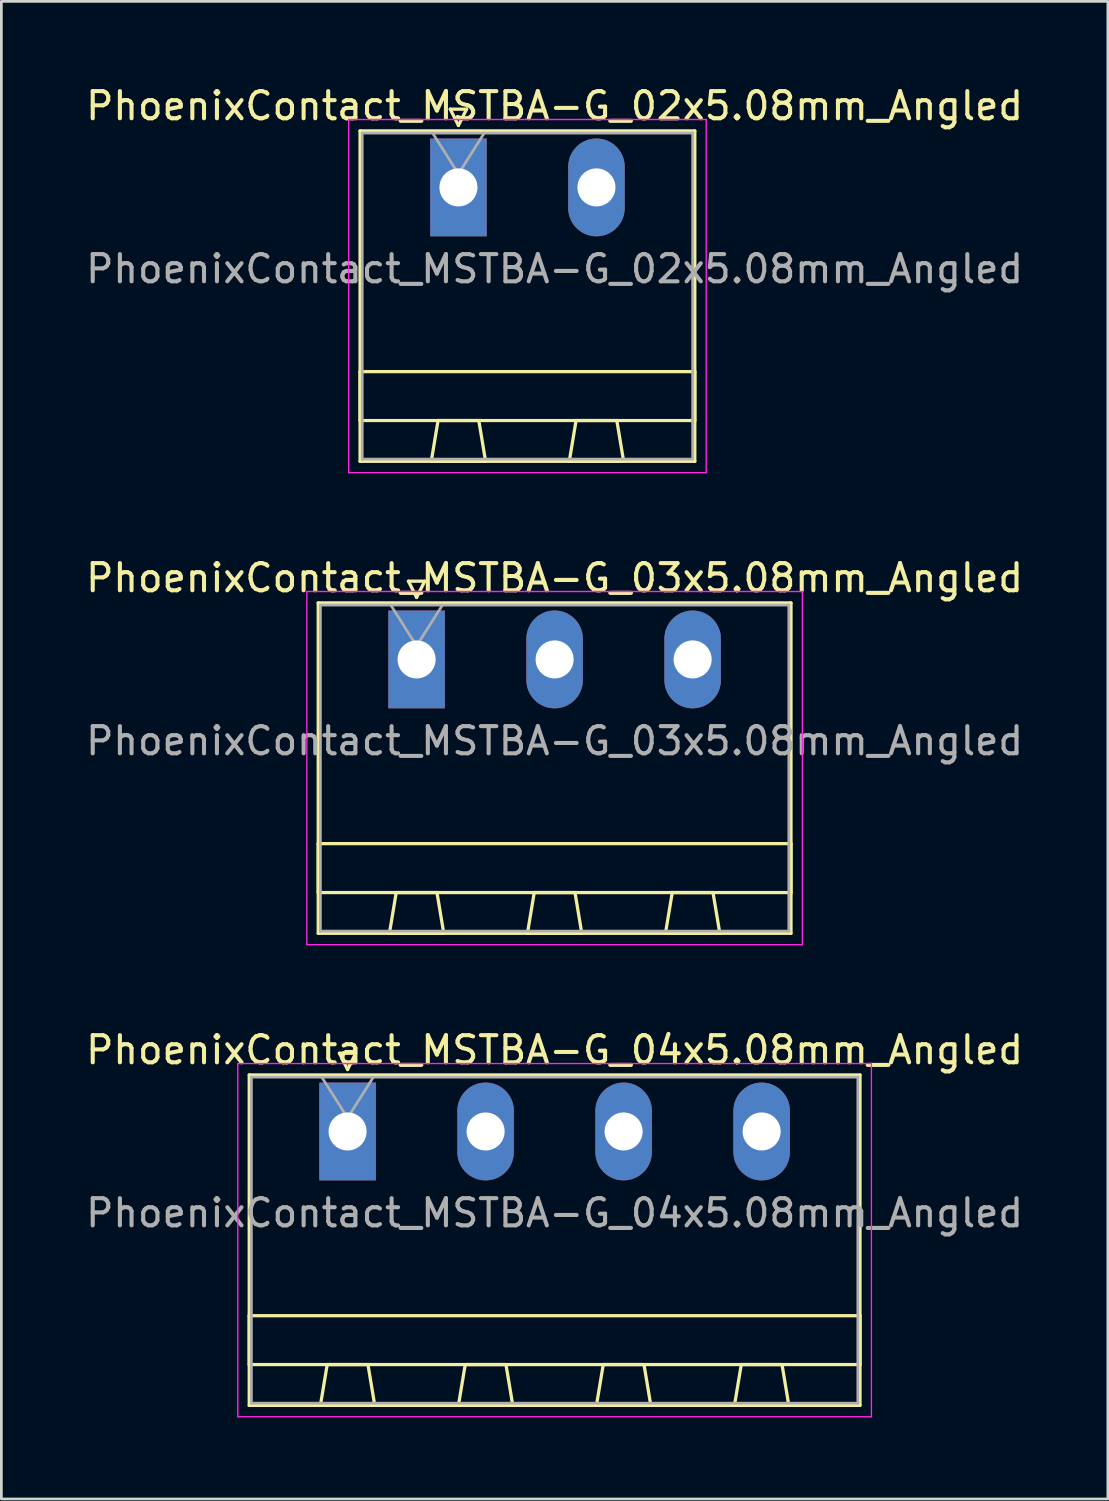
<source format=kicad_pcb>
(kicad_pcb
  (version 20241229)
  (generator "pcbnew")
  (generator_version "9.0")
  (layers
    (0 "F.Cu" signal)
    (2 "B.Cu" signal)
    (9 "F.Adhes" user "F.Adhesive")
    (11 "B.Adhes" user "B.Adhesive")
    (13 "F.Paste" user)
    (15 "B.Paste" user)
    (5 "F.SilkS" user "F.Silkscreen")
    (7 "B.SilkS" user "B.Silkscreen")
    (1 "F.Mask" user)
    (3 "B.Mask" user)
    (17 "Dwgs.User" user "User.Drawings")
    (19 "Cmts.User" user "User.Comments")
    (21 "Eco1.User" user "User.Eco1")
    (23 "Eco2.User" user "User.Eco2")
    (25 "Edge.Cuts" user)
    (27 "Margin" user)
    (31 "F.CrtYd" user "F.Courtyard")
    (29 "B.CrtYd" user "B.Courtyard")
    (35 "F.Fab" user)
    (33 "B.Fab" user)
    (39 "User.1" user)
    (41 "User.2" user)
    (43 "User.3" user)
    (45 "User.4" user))
  (footprint "PhoenixContact_MSTBA-G_02x5.08mm_Angled"
    (layer "F.Cu")
    (at 13.823 3.848)
    (property "Reference" "PhoenixContact_MSTBA-G_02x5.08mm_Angled" (at 3.54 -3 0) (layer "F.SilkS") (effects (font (size 1 1) (thickness 0.15))))
    (attr through_hole)
    (fp_line (start -3.62 -2.08) (end -3.62 10.08) (stroke (width 0.12) (type solid)) (layer "F.SilkS"))
    (fp_line (start -3.62 6.78) (end 8.7 6.78) (stroke (width 0.12) (type solid)) (layer "F.SilkS"))
    (fp_line (start -3.62 8.58) (end -3.62 6.78) (stroke (width 0.12) (type solid)) (layer "F.SilkS"))
    (fp_line (start -3.62 10.08) (end 8.7 10.08) (stroke (width 0.12) (type solid)) (layer "F.SilkS"))
    (fp_line (start -1 10.08) (end 1 10.08) (stroke (width 0.12) (type solid)) (layer "F.SilkS"))
    (fp_line (start -0.75 8.58) (end -1 10.08) (stroke (width 0.12) (type solid)) (layer "F.SilkS"))
    (fp_line (start -0.3 -2.88) (end 0.3 -2.88) (stroke (width 0.12) (type solid)) (layer "F.SilkS"))
    (fp_line (start 0 -2.28) (end -0.3 -2.88) (stroke (width 0.12) (type solid)) (layer "F.SilkS"))
    (fp_line (start 0.3 -2.88) (end 0 -2.28) (stroke (width 0.12) (type solid)) (layer "F.SilkS"))
    (fp_line (start 0.75 8.58) (end -0.75 8.58) (stroke (width 0.12) (type solid)) (layer "F.SilkS"))
    (fp_line (start 1 10.08) (end 0.75 8.58) (stroke (width 0.12) (type solid)) (layer "F.SilkS"))
    (fp_line (start 4.08 10.08) (end 6.08 10.08) (stroke (width 0.12) (type solid)) (layer "F.SilkS"))
    (fp_line (start 4.33 8.58) (end 4.08 10.08) (stroke (width 0.12) (type solid)) (layer "F.SilkS"))
    (fp_line (start 5.83 8.58) (end 4.33 8.58) (stroke (width 0.12) (type solid)) (layer "F.SilkS"))
    (fp_line (start 6.08 10.08) (end 5.83 8.58) (stroke (width 0.12) (type solid)) (layer "F.SilkS"))
    (fp_line (start 8.7 -2.08) (end -3.62 -2.08) (stroke (width 0.12) (type solid)) (layer "F.SilkS"))
    (fp_line (start 8.7 6.78) (end 8.7 8.58) (stroke (width 0.12) (type solid)) (layer "F.SilkS"))
    (fp_line (start 8.7 8.58) (end -3.62 8.58) (stroke (width 0.12) (type solid)) (layer "F.SilkS"))
    (fp_line (start 8.7 10.08) (end 8.7 -2.08) (stroke (width 0.12) (type solid)) (layer "F.SilkS"))
    (fp_line (start -4.04 -2.5) (end -4.04 10.5) (stroke (width 0.05) (type solid)) (layer "F.CrtYd"))
    (fp_line (start -4.04 10.5) (end 9.12 10.5) (stroke (width 0.05) (type solid)) (layer "F.CrtYd"))
    (fp_line (start 9.12 -2.5) (end -4.04 -2.5) (stroke (width 0.05) (type solid)) (layer "F.CrtYd"))
    (fp_line (start 9.12 10.5) (end 9.12 -2.5) (stroke (width 0.05) (type solid)) (layer "F.CrtYd"))
    (fp_line (start -3.54 -2) (end -3.54 10) (stroke (width 0.1) (type solid)) (layer "F.Fab"))
    (fp_line (start -3.54 10) (end 8.62 10) (stroke (width 0.1) (type solid)) (layer "F.Fab"))
    (fp_line (start 0 -0.5) (end -0.95 -2) (stroke (width 0.1) (type solid)) (layer "F.Fab"))
    (fp_line (start 0.95 -2) (end 0 -0.5) (stroke (width 0.1) (type solid)) (layer "F.Fab"))
    (fp_line (start 8.62 -2) (end -3.54 -2) (stroke (width 0.1) (type solid)) (layer "F.Fab"))
    (fp_line (start 8.62 10) (end 8.62 -2) (stroke (width 0.1) (type solid)) (layer "F.Fab"))
    (fp_text user "${REFERENCE}" (at 3.54 3 0) (layer "F.Fab") (effects (font (size 1 1) (thickness 0.15))))
    (pad "1" thru_hole rect (at 0 0) (size 2.08 3.6) (drill 1.4) (layers "*.Cu" "*.Mask"))
    (pad "2" thru_hole oval (at 5.08 0) (size 2.08 3.6) (drill 1.4) (layers "*.Cu" "*.Mask")))
  (footprint "PhoenixContact_MSTBA-G_03x5.08mm_Angled"
    (layer "F.Cu")
    (at 12.283 21.221)
    (property "Reference" "PhoenixContact_MSTBA-G_03x5.08mm_Angled" (at 5.08 -3 0) (layer "F.SilkS") (effects (font (size 1 1) (thickness 0.15))))
    (attr through_hole)
    (fp_line (start -3.62 -2.08) (end -3.62 10.08) (stroke (width 0.12) (type solid)) (layer "F.SilkS"))
    (fp_line (start -3.62 6.78) (end 13.78 6.78) (stroke (width 0.12) (type solid)) (layer "F.SilkS"))
    (fp_line (start -3.62 8.58) (end -3.62 6.78) (stroke (width 0.12) (type solid)) (layer "F.SilkS"))
    (fp_line (start -3.62 10.08) (end 13.78 10.08) (stroke (width 0.12) (type solid)) (layer "F.SilkS"))
    (fp_line (start -1 10.08) (end 1 10.08) (stroke (width 0.12) (type solid)) (layer "F.SilkS"))
    (fp_line (start -0.75 8.58) (end -1 10.08) (stroke (width 0.12) (type solid)) (layer "F.SilkS"))
    (fp_line (start -0.3 -2.88) (end 0.3 -2.88) (stroke (width 0.12) (type solid)) (layer "F.SilkS"))
    (fp_line (start 0 -2.28) (end -0.3 -2.88) (stroke (width 0.12) (type solid)) (layer "F.SilkS"))
    (fp_line (start 0.3 -2.88) (end 0 -2.28) (stroke (width 0.12) (type solid)) (layer "F.SilkS"))
    (fp_line (start 0.75 8.58) (end -0.75 8.58) (stroke (width 0.12) (type solid)) (layer "F.SilkS"))
    (fp_line (start 1 10.08) (end 0.75 8.58) (stroke (width 0.12) (type solid)) (layer "F.SilkS"))
    (fp_line (start 4.08 10.08) (end 6.08 10.08) (stroke (width 0.12) (type solid)) (layer "F.SilkS"))
    (fp_line (start 4.33 8.58) (end 4.08 10.08) (stroke (width 0.12) (type solid)) (layer "F.SilkS"))
    (fp_line (start 5.83 8.58) (end 4.33 8.58) (stroke (width 0.12) (type solid)) (layer "F.SilkS"))
    (fp_line (start 6.08 10.08) (end 5.83 8.58) (stroke (width 0.12) (type solid)) (layer "F.SilkS"))
    (fp_line (start 9.16 10.08) (end 11.16 10.08) (stroke (width 0.12) (type solid)) (layer "F.SilkS"))
    (fp_line (start 9.41 8.58) (end 9.16 10.08) (stroke (width 0.12) (type solid)) (layer "F.SilkS"))
    (fp_line (start 10.91 8.58) (end 9.41 8.58) (stroke (width 0.12) (type solid)) (layer "F.SilkS"))
    (fp_line (start 11.16 10.08) (end 10.91 8.58) (stroke (width 0.12) (type solid)) (layer "F.SilkS"))
    (fp_line (start 13.78 -2.08) (end -3.62 -2.08) (stroke (width 0.12) (type solid)) (layer "F.SilkS"))
    (fp_line (start 13.78 6.78) (end 13.78 8.58) (stroke (width 0.12) (type solid)) (layer "F.SilkS"))
    (fp_line (start 13.78 8.58) (end -3.62 8.58) (stroke (width 0.12) (type solid)) (layer "F.SilkS"))
    (fp_line (start 13.78 10.08) (end 13.78 -2.08) (stroke (width 0.12) (type solid)) (layer "F.SilkS"))
    (fp_line (start -4.04 -2.5) (end -4.04 10.5) (stroke (width 0.05) (type solid)) (layer "F.CrtYd"))
    (fp_line (start -4.04 10.5) (end 14.2 10.5) (stroke (width 0.05) (type solid)) (layer "F.CrtYd"))
    (fp_line (start 14.2 -2.5) (end -4.04 -2.5) (stroke (width 0.05) (type solid)) (layer "F.CrtYd"))
    (fp_line (start 14.2 10.5) (end 14.2 -2.5) (stroke (width 0.05) (type solid)) (layer "F.CrtYd"))
    (fp_line (start -3.54 -2) (end -3.54 10) (stroke (width 0.1) (type solid)) (layer "F.Fab"))
    (fp_line (start -3.54 10) (end 13.7 10) (stroke (width 0.1) (type solid)) (layer "F.Fab"))
    (fp_line (start 0 -0.5) (end -0.95 -2) (stroke (width 0.1) (type solid)) (layer "F.Fab"))
    (fp_line (start 0.95 -2) (end 0 -0.5) (stroke (width 0.1) (type solid)) (layer "F.Fab"))
    (fp_line (start 13.7 -2) (end -3.54 -2) (stroke (width 0.1) (type solid)) (layer "F.Fab"))
    (fp_line (start 13.7 10) (end 13.7 -2) (stroke (width 0.1) (type solid)) (layer "F.Fab"))
    (fp_text user "${REFERENCE}" (at 5.08 3 0) (layer "F.Fab") (effects (font (size 1 1) (thickness 0.15))))
    (pad "1" thru_hole rect (at 0 0) (size 2.08 3.6) (drill 1.4) (layers "*.Cu" "*.Mask"))
    (pad "2" thru_hole oval (at 5.08 0) (size 2.08 3.6) (drill 1.4) (layers "*.Cu" "*.Mask"))
    (pad "3" thru_hole oval (at 10.16 0) (size 2.08 3.6) (drill 1.4) (layers "*.Cu" "*.Mask")))
  (footprint "PhoenixContact_MSTBA-G_04x5.08mm_Angled"
    (layer "F.Cu")
    (at 9.743 38.595)
    (property "Reference" "PhoenixContact_MSTBA-G_04x5.08mm_Angled" (at 7.62 -3 0) (layer "F.SilkS") (effects (font (size 1 1) (thickness 0.15))))
    (attr through_hole)
    (fp_line (start -3.62 -2.08) (end -3.62 10.08) (stroke (width 0.12) (type solid)) (layer "F.SilkS"))
    (fp_line (start -3.62 6.78) (end 18.86 6.78) (stroke (width 0.12) (type solid)) (layer "F.SilkS"))
    (fp_line (start -3.62 8.58) (end -3.62 6.78) (stroke (width 0.12) (type solid)) (layer "F.SilkS"))
    (fp_line (start -3.62 10.08) (end 18.86 10.08) (stroke (width 0.12) (type solid)) (layer "F.SilkS"))
    (fp_line (start -1 10.08) (end 1 10.08) (stroke (width 0.12) (type solid)) (layer "F.SilkS"))
    (fp_line (start -0.75 8.58) (end -1 10.08) (stroke (width 0.12) (type solid)) (layer "F.SilkS"))
    (fp_line (start -0.3 -2.88) (end 0.3 -2.88) (stroke (width 0.12) (type solid)) (layer "F.SilkS"))
    (fp_line (start 0 -2.28) (end -0.3 -2.88) (stroke (width 0.12) (type solid)) (layer "F.SilkS"))
    (fp_line (start 0.3 -2.88) (end 0 -2.28) (stroke (width 0.12) (type solid)) (layer "F.SilkS"))
    (fp_line (start 0.75 8.58) (end -0.75 8.58) (stroke (width 0.12) (type solid)) (layer "F.SilkS"))
    (fp_line (start 1 10.08) (end 0.75 8.58) (stroke (width 0.12) (type solid)) (layer "F.SilkS"))
    (fp_line (start 4.08 10.08) (end 6.08 10.08) (stroke (width 0.12) (type solid)) (layer "F.SilkS"))
    (fp_line (start 4.33 8.58) (end 4.08 10.08) (stroke (width 0.12) (type solid)) (layer "F.SilkS"))
    (fp_line (start 5.83 8.58) (end 4.33 8.58) (stroke (width 0.12) (type solid)) (layer "F.SilkS"))
    (fp_line (start 6.08 10.08) (end 5.83 8.58) (stroke (width 0.12) (type solid)) (layer "F.SilkS"))
    (fp_line (start 9.16 10.08) (end 11.16 10.08) (stroke (width 0.12) (type solid)) (layer "F.SilkS"))
    (fp_line (start 9.41 8.58) (end 9.16 10.08) (stroke (width 0.12) (type solid)) (layer "F.SilkS"))
    (fp_line (start 10.91 8.58) (end 9.41 8.58) (stroke (width 0.12) (type solid)) (layer "F.SilkS"))
    (fp_line (start 11.16 10.08) (end 10.91 8.58) (stroke (width 0.12) (type solid)) (layer "F.SilkS"))
    (fp_line (start 14.24 10.08) (end 16.24 10.08) (stroke (width 0.12) (type solid)) (layer "F.SilkS"))
    (fp_line (start 14.49 8.58) (end 14.24 10.08) (stroke (width 0.12) (type solid)) (layer "F.SilkS"))
    (fp_line (start 15.99 8.58) (end 14.49 8.58) (stroke (width 0.12) (type solid)) (layer "F.SilkS"))
    (fp_line (start 16.24 10.08) (end 15.99 8.58) (stroke (width 0.12) (type solid)) (layer "F.SilkS"))
    (fp_line (start 18.86 -2.08) (end -3.62 -2.08) (stroke (width 0.12) (type solid)) (layer "F.SilkS"))
    (fp_line (start 18.86 6.78) (end 18.86 8.58) (stroke (width 0.12) (type solid)) (layer "F.SilkS"))
    (fp_line (start 18.86 8.58) (end -3.62 8.58) (stroke (width 0.12) (type solid)) (layer "F.SilkS"))
    (fp_line (start 18.86 10.08) (end 18.86 -2.08) (stroke (width 0.12) (type solid)) (layer "F.SilkS"))
    (fp_line (start -4.04 -2.5) (end -4.04 10.5) (stroke (width 0.05) (type solid)) (layer "F.CrtYd"))
    (fp_line (start -4.04 10.5) (end 19.28 10.5) (stroke (width 0.05) (type solid)) (layer "F.CrtYd"))
    (fp_line (start 19.28 -2.5) (end -4.04 -2.5) (stroke (width 0.05) (type solid)) (layer "F.CrtYd"))
    (fp_line (start 19.28 10.5) (end 19.28 -2.5) (stroke (width 0.05) (type solid)) (layer "F.CrtYd"))
    (fp_line (start -3.54 -2) (end -3.54 10) (stroke (width 0.1) (type solid)) (layer "F.Fab"))
    (fp_line (start -3.54 10) (end 18.78 10) (stroke (width 0.1) (type solid)) (layer "F.Fab"))
    (fp_line (start 0 -0.5) (end -0.95 -2) (stroke (width 0.1) (type solid)) (layer "F.Fab"))
    (fp_line (start 0.95 -2) (end 0 -0.5) (stroke (width 0.1) (type solid)) (layer "F.Fab"))
    (fp_line (start 18.78 -2) (end -3.54 -2) (stroke (width 0.1) (type solid)) (layer "F.Fab"))
    (fp_line (start 18.78 10) (end 18.78 -2) (stroke (width 0.1) (type solid)) (layer "F.Fab"))
    (fp_text user "${REFERENCE}" (at 7.62 3 0) (layer "F.Fab") (effects (font (size 1 1) (thickness 0.15))))
    (pad "1" thru_hole rect (at 0 0) (size 2.08 3.6) (drill 1.4) (layers "*.Cu" "*.Mask"))
    (pad "2" thru_hole oval (at 5.08 0) (size 2.08 3.6) (drill 1.4) (layers "*.Cu" "*.Mask"))
    (pad "3" thru_hole oval (at 10.16 0) (size 2.08 3.6) (drill 1.4) (layers "*.Cu" "*.Mask"))
    (pad "4" thru_hole oval (at 15.24 0) (size 2.08 3.6) (drill 1.4) (layers "*.Cu" "*.Mask")))
  (gr_rect
    (start -3 -3)
    (end 37.726 52.12)
    (stroke (width 0.1) (type default))
    (fill no)
    (layer "Edge.Cuts")))
</source>
